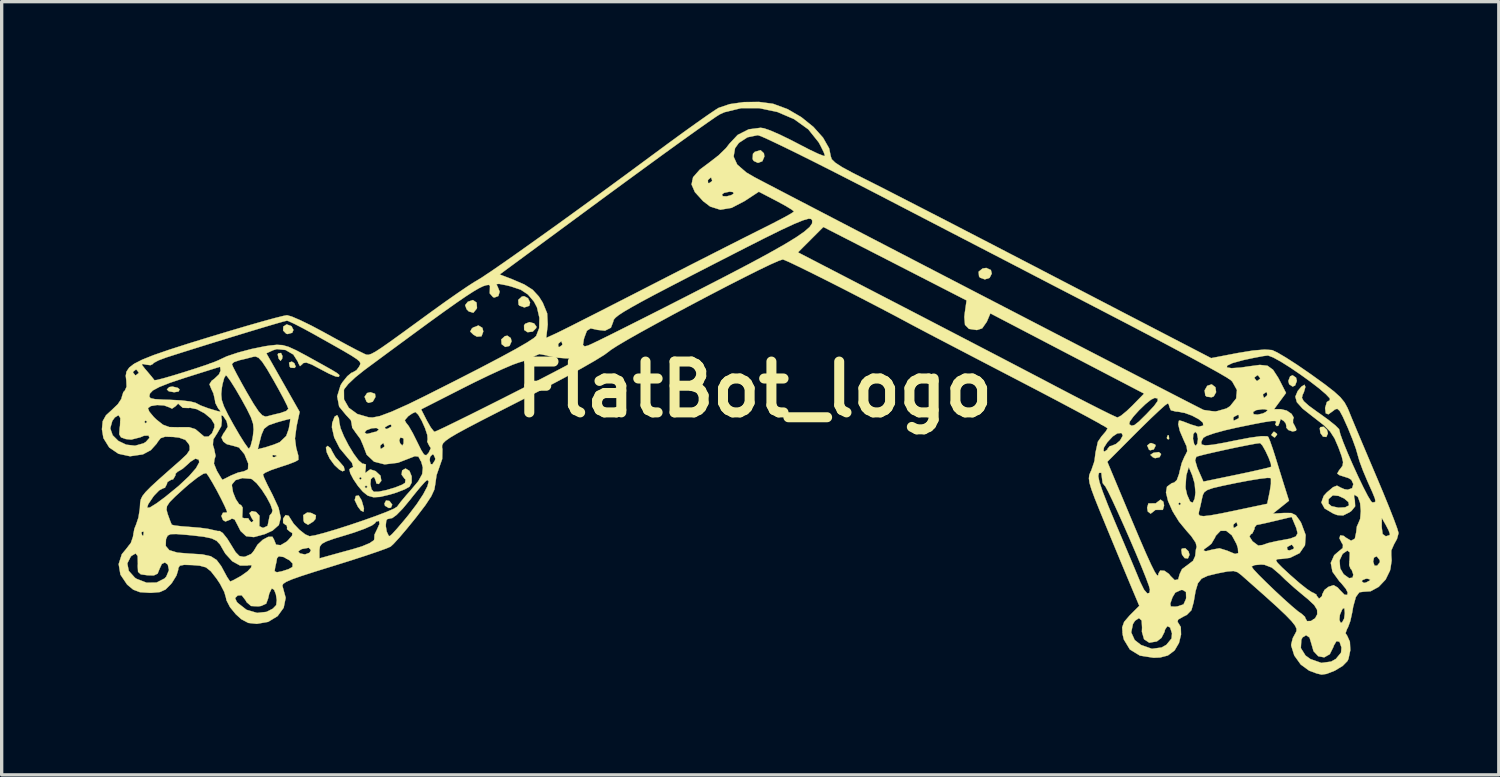
<source format=kicad_pcb>
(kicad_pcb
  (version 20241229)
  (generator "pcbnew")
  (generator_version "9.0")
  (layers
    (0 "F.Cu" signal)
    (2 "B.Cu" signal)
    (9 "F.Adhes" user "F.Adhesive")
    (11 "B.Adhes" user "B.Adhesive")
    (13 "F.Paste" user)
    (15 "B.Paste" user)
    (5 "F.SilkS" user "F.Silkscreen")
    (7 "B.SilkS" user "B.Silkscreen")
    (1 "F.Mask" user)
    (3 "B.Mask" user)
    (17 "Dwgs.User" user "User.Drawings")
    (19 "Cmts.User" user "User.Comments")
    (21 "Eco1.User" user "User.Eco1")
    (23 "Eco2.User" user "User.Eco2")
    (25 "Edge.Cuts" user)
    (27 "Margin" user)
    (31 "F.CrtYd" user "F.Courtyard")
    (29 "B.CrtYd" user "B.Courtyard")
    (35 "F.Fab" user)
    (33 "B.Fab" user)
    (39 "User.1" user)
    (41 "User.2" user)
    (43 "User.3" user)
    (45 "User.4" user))
  (footprint "FlatBot_logo"
    (layer "F.Cu")
    (at 19.563 8.621)
    (property "Reference" "FlatBot_logo" (at 0 0 0) (layer "F.SilkS") (effects (font (size 1.524 1.524) (thickness 0.3))))
    (attr through_hole)
    (fp_poly (pts (xy 12.418 1.383) (xy 12.428 1.483) (xy 12.418 1.496) (xy 12.367 1.484) (xy 12.361 1.439) (xy 12.392 1.37) (xy 12.418 1.383)) (stroke (width 0.01) (type solid)) (fill yes) (layer "F.SilkS"))
    (fp_poly (pts (xy -14.147 -0.998) (xy -14.157 -0.92) (xy -14.204 -0.856) (xy -14.259 -0.92) (xy -14.29 -1.045) (xy -14.275 -1.078) (xy -14.191 -1.092) (xy -14.147 -0.998)) (stroke (width 0.01) (type solid)) (fill yes) (layer "F.SilkS"))
    (fp_poly (pts (xy -13.792 -0.787) (xy -13.75 -0.681) (xy -13.787 -0.643) (xy -13.902 -0.651) (xy -13.93 -0.682) (xy -13.95 -0.802) (xy -13.868 -0.834) (xy -13.792 -0.787)) (stroke (width 0.01) (type solid)) (fill yes) (layer "F.SilkS"))
    (fp_poly (pts (xy -10.94 3.344) (xy -10.857 3.455) (xy -10.894 3.542) (xy -10.957 3.556) (xy -11.074 3.488) (xy -11.091 3.422) (xy -11.042 3.329) (xy -10.94 3.344)) (stroke (width 0.01) (type solid)) (fill yes) (layer "F.SilkS"))
    (fp_poly (pts (xy -17.284 -0.046) (xy -17.23 0) (xy -17.26 0.063) (xy -17.394 0.085) (xy -17.555 0.056) (xy -17.611 0) (xy -17.54 -0.069) (xy -17.446 -0.085) (xy -17.284 -0.046)) (stroke (width 0.01) (type solid)) (fill yes) (layer "F.SilkS"))
    (fp_poly (pts (xy -11.373 0.132) (xy -11.36 0.226) (xy -11.441 0.369) (xy -11.566 0.404) (xy -11.626 0.369) (xy -11.686 0.223) (xy -11.61 0.109) (xy -11.508 0.085) (xy -11.373 0.132)) (stroke (width 0.01) (type solid)) (fill yes) (layer "F.SilkS"))
    (fp_poly (pts (xy -7.304 -1.538) (xy -7.281 -1.439) (xy -7.342 -1.303) (xy -7.47 -1.273) (xy -7.578 -1.355) (xy -7.589 -1.497) (xy -7.479 -1.596) (xy -7.403 -1.609) (xy -7.304 -1.538)) (stroke (width 0.01) (type solid)) (fill yes) (layer "F.SilkS"))
    (fp_poly (pts (xy 12.008 1.652) (xy 12.023 1.688) (xy 11.967 1.799) (xy 11.858 1.825) (xy 11.823 1.804) (xy 11.771 1.681) (xy 11.862 1.611) (xy 11.896 1.609) (xy 12.008 1.652)) (stroke (width 0.01) (type solid)) (fill yes) (layer "F.SilkS"))
    (fp_poly (pts (xy 12.188 1.938) (xy 12.143 2.03) (xy 12.007 2.062) (xy 11.94 2.033) (xy 11.865 1.963) (xy 11.946 1.907) (xy 11.965 1.899) (xy 12.121 1.879) (xy 12.188 1.938)) (stroke (width 0.01) (type solid)) (fill yes) (layer "F.SilkS"))
    (fp_poly (pts (xy 13.009 4.853) (xy 13.039 4.958) (xy 12.991 5.067) (xy 12.892 5.056) (xy 12.814 4.949) (xy 12.794 4.811) (xy 12.811 4.772) (xy 12.912 4.761) (xy 13.009 4.853)) (stroke (width 0.01) (type solid)) (fill yes) (layer "F.SilkS"))
    (fp_poly (pts (xy 15.661 1.334) (xy 15.663 1.355) (xy 15.599 1.437) (xy 15.579 1.439) (xy 15.496 1.375) (xy 15.494 1.355) (xy 15.558 1.272) (xy 15.579 1.27) (xy 15.661 1.334)) (stroke (width 0.01) (type solid)) (fill yes) (layer "F.SilkS"))
    (fp_poly (pts (xy 16.232 -0.353) (xy 16.256 -0.254) (xy 16.203 -0.116) (xy 16.129 -0.085) (xy 16.026 -0.155) (xy 16.002 -0.254) (xy 16.055 -0.392) (xy 16.129 -0.423) (xy 16.232 -0.353)) (stroke (width 0.01) (type solid)) (fill yes) (layer "F.SilkS"))
    (fp_poly (pts (xy 17.157 1.212) (xy 17.187 1.317) (xy 17.14 1.426) (xy 17.04 1.415) (xy 16.963 1.309) (xy 16.943 1.17) (xy 16.96 1.131) (xy 17.06 1.12) (xy 17.157 1.212)) (stroke (width 0.01) (type solid)) (fill yes) (layer "F.SilkS"))
    (fp_poly (pts (xy -13.876 -1.895) (xy -13.818 -1.782) (xy -13.855 -1.697) (xy -13.992 -1.659) (xy -14.034 -1.669) (xy -14.127 -1.763) (xy -14.122 -1.883) (xy -14.025 -1.947) (xy -14.017 -1.947) (xy -13.876 -1.895)) (stroke (width 0.01) (type solid)) (fill yes) (layer "F.SilkS"))
    (fp_poly (pts (xy -13.293 3.701) (xy -13.144 3.773) (xy -13.157 3.883) (xy -13.225 3.962) (xy -13.38 4.058) (xy -13.491 3.991) (xy -13.514 3.941) (xy -13.523 3.767) (xy -13.405 3.69) (xy -13.293 3.701)) (stroke (width 0.01) (type solid)) (fill yes) (layer "F.SilkS"))
    (fp_poly (pts (xy -11.777 3.322) (xy -11.769 3.343) (xy -11.705 3.565) (xy -11.718 3.667) (xy -11.796 3.633) (xy -11.886 3.516) (xy -11.982 3.316) (xy -11.949 3.194) (xy -11.863 3.18) (xy -11.777 3.322)) (stroke (width 0.01) (type solid)) (fill yes) (layer "F.SilkS"))
    (fp_poly (pts (xy -8.33 -2.603) (xy -8.317 -2.443) (xy -8.326 -2.419) (xy -8.426 -2.297) (xy -8.563 -2.337) (xy -8.627 -2.402) (xy -8.672 -2.525) (xy -8.591 -2.627) (xy -8.439 -2.678) (xy -8.33 -2.603)) (stroke (width 0.01) (type solid)) (fill yes) (layer "F.SilkS"))
    (fp_poly (pts (xy -8.155 -1.845) (xy -8.128 -1.736) (xy -8.181 -1.592) (xy -8.319 -1.581) (xy -8.42 -1.637) (xy -8.519 -1.733) (xy -8.476 -1.818) (xy -8.436 -1.853) (xy -8.273 -1.916) (xy -8.155 -1.845)) (stroke (width 0.01) (type solid)) (fill yes) (layer "F.SilkS"))
    (fp_poly (pts (xy -6.787 -2.732) (xy -6.725 -2.603) (xy -6.751 -2.506) (xy -6.896 -2.457) (xy -7.045 -2.51) (xy -7.07 -2.54) (xy -7.08 -2.682) (xy -6.972 -2.782) (xy -6.904 -2.794) (xy -6.787 -2.732)) (stroke (width 0.01) (type solid)) (fill yes) (layer "F.SilkS"))
    (fp_poly (pts (xy -6.605 -1.978) (xy -6.535 -1.882) (xy -6.54 -1.841) (xy -6.645 -1.733) (xy -6.8 -1.714) (xy -6.902 -1.781) (xy -6.906 -1.918) (xy -6.873 -1.966) (xy -6.743 -2.016) (xy -6.605 -1.978)) (stroke (width 0.01) (type solid)) (fill yes) (layer "F.SilkS"))
    (fp_poly (pts (xy 0.283 -7.076) (xy 0.296 -6.979) (xy 0.236 -6.838) (xy 0.105 -6.789) (xy -0.023 -6.848) (xy -0.055 -6.903) (xy -0.045 -7.062) (xy 0.009 -7.119) (xy 0.183 -7.17) (xy 0.283 -7.076)) (stroke (width 0.01) (type solid)) (fill yes) (layer "F.SilkS"))
    (fp_poly (pts (xy 7.086 -3.578) (xy 7.112 -3.471) (xy 7.047 -3.343) (xy 6.904 -3.297) (xy 6.761 -3.349) (xy 6.731 -3.387) (xy 6.718 -3.527) (xy 6.836 -3.623) (xy 6.948 -3.641) (xy 7.086 -3.578)) (stroke (width 0.01) (type solid)) (fill yes) (layer "F.SilkS"))
    (fp_poly (pts (xy 13.816 -0.064) (xy 13.836 0.084) (xy 13.765 0.209) (xy 13.703 0.236) (xy 13.555 0.218) (xy 13.512 0.182) (xy 13.492 0.029) (xy 13.571 -0.108) (xy 13.705 -0.151) (xy 13.816 -0.064)) (stroke (width 0.01) (type solid)) (fill yes) (layer "F.SilkS"))
    (fp_poly (pts (xy -12.704 1.763) (xy -12.661 1.852) (xy -12.56 2.03) (xy -12.444 2.161) (xy -12.308 2.318) (xy -12.283 2.426) (xy -12.347 2.455) (xy -12.448 2.399) (xy -12.591 2.265) (xy -12.729 2.077) (xy -12.819 1.887) (xy -12.844 1.743) (xy -12.796 1.693) (xy -12.704 1.763)) (stroke (width 0.01) (type solid)) (fill yes) (layer "F.SilkS"))
    (fp_poly (pts (xy 12.256 3.367) (xy 12.277 3.48) (xy 12.239 3.611) (xy 12.152 3.611) (xy 12.016 3.612) (xy 11.978 3.644) (xy 11.873 3.725) (xy 11.789 3.661) (xy 11.769 3.547) (xy 11.807 3.417) (xy 11.893 3.416) (xy 12.029 3.415) (xy 12.067 3.383) (xy 12.172 3.303) (xy 12.256 3.367)) (stroke (width 0.01) (type solid)) (fill yes) (layer "F.SilkS"))
    (fp_poly (pts (xy -12.454 0.872) (xy -12.446 0.977) (xy -12.407 1.16) (xy -12.305 1.407) (xy -12.165 1.678) (xy -12.01 1.932) (xy -11.864 2.129) (xy -11.75 2.227) (xy -11.719 2.229) (xy -11.646 2.25) (xy -11.655 2.385) (xy -11.671 2.508) (xy -11.626 2.48) (xy -11.617 2.468) (xy -11.516 2.397) (xy -11.359 2.448) (xy -11.356 2.45) (xy -11.209 2.586) (xy -11.184 2.74) (xy -11.261 2.836) (xy -11.333 2.817) (xy -11.345 2.757) (xy -11.39 2.641) (xy -11.43 2.625) (xy -11.497 2.692) (xy -11.512 2.84) (xy -11.478 2.993) (xy -11.41 3.069) (xy -11.264 3.066) (xy -11.03 3.017) (xy -10.773 2.941) (xy -10.561 2.857) (xy -10.473 2.802) (xy -10.459 2.701) (xy -10.491 2.672) (xy -10.576 2.555) (xy -10.56 2.428) (xy -10.458 2.371) (xy -10.341 2.442) (xy -10.275 2.606) (xy -10.275 2.793) (xy -10.34 2.916) (xy -10.483 2.996) (xy -10.728 3.091) (xy -10.928 3.152) (xy -11.223 3.222) (xy -11.418 3.233) (xy -11.573 3.189) (xy -11.606 3.172) (xy -11.74 3.063) (xy -11.861 2.921) (xy -11.684 2.921) (xy -11.642 2.963) (xy -11.599 2.921) (xy -11.642 2.879) (xy -11.684 2.921) (xy -11.861 2.921) (xy -11.887 2.89) (xy -12.021 2.692) (xy -12.034 2.667) (xy -11.853 2.667) (xy -11.811 2.709) (xy -11.769 2.667) (xy -11.811 2.625) (xy -11.853 2.667) (xy -12.034 2.667) (xy -12.115 2.514) (xy -12.142 2.395) (xy -12.113 2.371) (xy -12.028 2.322) (xy -12.066 2.197) (xy -12.197 2.045) (xy -12.431 1.764) (xy -12.595 1.442) (xy -12.665 1.138) (xy -12.656 1.007) (xy -12.585 0.818) (xy -12.507 0.771) (xy -12.454 0.872)) (stroke (width 0.01) (type solid)) (fill yes) (layer "F.SilkS"))
    (fp_poly (pts (xy 0.546 -8.562) (xy 0.567 -8.557) (xy 0.992 -8.4) (xy 1.402 -8.161) (xy 1.767 -7.867) (xy 2.055 -7.545) (xy 2.238 -7.224) (xy 2.286 -6.988) (xy 2.316 -6.898) (xy 2.422 -6.795) (xy 2.623 -6.663) (xy 2.942 -6.49) (xy 3.281 -6.319) (xy 3.571 -6.173) (xy 3.99 -5.96) (xy 4.516 -5.69) (xy 5.127 -5.376) (xy 5.802 -5.029) (xy 6.518 -4.658) (xy 7.255 -4.277) (xy 7.62 -4.087) (xy 8.378 -3.694) (xy 9.141 -3.297) (xy 9.887 -2.91) (xy 10.589 -2.545) (xy 11.224 -2.215) (xy 11.768 -1.933) (xy 12.195 -1.711) (xy 12.326 -1.643) (xy 13.687 -0.937) (xy 14.485 -1.09) (xy 14.937 -1.164) (xy 15.291 -1.194) (xy 15.514 -1.178) (xy 15.517 -1.177) (xy 15.671 -1.105) (xy 15.929 -0.953) (xy 16.257 -0.742) (xy 16.621 -0.492) (xy 16.702 -0.435) (xy 17.094 -0.152) (xy 17.37 0.062) (xy 17.559 0.234) (xy 17.684 0.388) (xy 17.773 0.551) (xy 17.815 0.65) (xy 17.899 0.856) (xy 18.037 1.186) (xy 18.214 1.607) (xy 18.417 2.086) (xy 18.632 2.593) (xy 18.641 2.613) (xy 18.844 3.097) (xy 19.022 3.533) (xy 19.165 3.897) (xy 19.262 4.161) (xy 19.303 4.3) (xy 19.304 4.309) (xy 19.257 4.482) (xy 19.169 4.642) (xy 19.086 4.829) (xy 19.086 4.966) (xy 19.097 5.129) (xy 19.062 5.367) (xy 19.047 5.432) (xy 18.916 5.7) (xy 18.708 5.919) (xy 18.468 6.05) (xy 18.266 6.063) (xy 18.129 6.081) (xy 18.025 6.222) (xy 17.946 6.506) (xy 17.915 6.684) (xy 17.859 6.941) (xy 17.788 7.134) (xy 17.763 7.175) (xy 17.715 7.307) (xy 17.767 7.387) (xy 17.846 7.564) (xy 17.858 7.819) (xy 17.803 8.076) (xy 17.773 8.141) (xy 17.63 8.287) (xy 17.396 8.429) (xy 17.146 8.527) (xy 17 8.548) (xy 16.852 8.514) (xy 16.639 8.435) (xy 16.621 8.427) (xy 16.373 8.246) (xy 16.179 7.975) (xy 16.11 7.753) (xy 16.376 7.753) (xy 16.515 7.976) (xy 16.664 8.083) (xy 16.992 8.198) (xy 17.284 8.158) (xy 17.427 8.077) (xy 17.581 7.889) (xy 17.594 7.736) (xy 17.535 7.564) (xy 17.444 7.544) (xy 17.363 7.681) (xy 17.355 7.713) (xy 17.243 7.937) (xy 17.076 8.031) (xy 16.899 7.998) (xy 16.756 7.846) (xy 16.695 7.633) (xy 16.636 7.438) (xy 16.533 7.367) (xy 16.426 7.434) (xy 16.39 7.505) (xy 16.376 7.753) (xy 16.11 7.753) (xy 16.088 7.684) (xy 16.087 7.643) (xy 16.134 7.455) (xy 16.212 7.31) (xy 16.245 7.245) (xy 16.246 7.172) (xy 16.201 7.077) (xy 16.098 6.946) (xy 15.924 6.766) (xy 15.666 6.522) (xy 15.312 6.202) (xy 14.848 5.791) (xy 14.59 5.563) (xy 14.477 5.478) (xy 14.357 5.443) (xy 14.179 5.456) (xy 13.89 5.512) (xy 13.872 5.516) (xy 13.585 5.586) (xy 13.402 5.671) (xy 13.291 5.81) (xy 13.221 6.041) (xy 13.163 6.377) (xy 13.096 6.618) (xy 12.959 6.758) (xy 12.854 6.81) (xy 12.696 6.901) (xy 12.681 6.972) (xy 12.689 6.978) (xy 12.777 7.121) (xy 12.785 7.348) (xy 12.723 7.599) (xy 12.598 7.813) (xy 12.577 7.836) (xy 12.39 7.975) (xy 12.158 8.035) (xy 11.963 8.043) (xy 11.553 7.979) (xy 11.252 7.795) (xy 11.072 7.498) (xy 11.036 7.349) (xy 11.031 7.282) (xy 11.291 7.282) (xy 11.396 7.512) (xy 11.584 7.659) (xy 11.912 7.775) (xy 12.204 7.735) (xy 12.347 7.654) (xy 12.501 7.465) (xy 12.514 7.313) (xy 12.457 7.136) (xy 12.374 7.096) (xy 12.304 7.202) (xy 12.291 7.265) (xy 12.198 7.447) (xy 12.061 7.553) (xy 11.833 7.592) (xy 11.677 7.489) (xy 11.612 7.263) (xy 11.617 7.138) (xy 11.605 6.927) (xy 11.524 6.855) (xy 11.405 6.935) (xy 11.344 7.031) (xy 11.291 7.282) (xy 11.031 7.282) (xy 11.021 7.133) (xy 11.08 6.968) (xy 11.241 6.78) (xy 11.26 6.761) (xy 11.534 6.487) (xy 11.508 6.425) (xy 12.461 6.425) (xy 12.479 6.506) (xy 12.604 6.512) (xy 12.679 6.504) (xy 12.86 6.443) (xy 12.933 6.283) (xy 12.938 6.244) (xy 12.933 6.073) (xy 12.842 6.014) (xy 12.788 6.011) (xy 12.613 6.09) (xy 12.529 6.229) (xy 12.461 6.425) (xy 11.508 6.425) (xy 11.353 6.058) (xy 11.262 5.841) (xy 11.12 5.501) (xy 10.942 5.074) (xy 10.743 4.594) (xy 10.565 4.163) (xy 10.354 3.65) (xy 10.201 3.269) (xy 10.099 2.994) (xy 10.042 2.802) (xy 10.024 2.667) (xy 10.032 2.599) (xy 10.303 2.599) (xy 10.339 2.776) (xy 10.435 3.06) (xy 10.594 3.468) (xy 10.813 3.993) (xy 11.017 4.474) (xy 11.21 4.931) (xy 11.377 5.328) (xy 11.503 5.63) (xy 11.562 5.772) (xy 11.676 6.003) (xy 11.774 6.116) (xy 11.839 6.098) (xy 11.853 5.999) (xy 11.821 5.882) (xy 11.733 5.645) (xy 11.602 5.319) (xy 11.44 4.93) (xy 11.259 4.509) (xy 11.072 4.083) (xy 10.892 3.682) (xy 10.731 3.333) (xy 10.602 3.066) (xy 10.517 2.908) (xy 10.491 2.879) (xy 10.435 2.806) (xy 10.414 2.65) (xy 10.396 2.5) (xy 10.336 2.5) (xy 10.32 2.516) (xy 10.303 2.599) (xy 10.032 2.599) (xy 10.036 2.564) (xy 10.074 2.47) (xy 10.095 2.428) (xy 10.184 2.169) (xy 10.576 2.169) (xy 11.265 3.815) (xy 11.528 4.438) (xy 11.734 4.914) (xy 11.889 5.254) (xy 11.998 5.47) (xy 12.067 5.573) (xy 12.101 5.573) (xy 12.107 5.52) (xy 12.162 5.429) (xy 12.287 5.436) (xy 12.424 5.532) (xy 12.466 5.588) (xy 12.595 5.716) (xy 12.7 5.695) (xy 12.742 5.54) (xy 12.815 5.386) (xy 12.914 5.313) (xy 14.901 5.313) (xy 14.959 5.395) (xy 15.114 5.561) (xy 15.337 5.782) (xy 15.595 6.03) (xy 15.861 6.277) (xy 16.104 6.494) (xy 16.293 6.653) (xy 16.398 6.725) (xy 16.5 6.817) (xy 16.51 6.855) (xy 16.563 6.945) (xy 16.68 6.941) (xy 16.729 6.909) (xy 17.531 6.909) (xy 17.566 6.992) (xy 17.611 6.985) (xy 17.673 6.87) (xy 17.694 6.705) (xy 17.681 6.56) (xy 17.637 6.567) (xy 17.611 6.604) (xy 17.545 6.76) (xy 17.531 6.909) (xy 16.729 6.909) (xy 16.803 6.861) (xy 16.868 6.74) (xy 16.863 6.605) (xy 16.776 6.463) (xy 16.581 6.281) (xy 16.473 6.193) (xy 16.187 5.953) (xy 15.906 5.7) (xy 15.751 5.548) (xy 15.509 5.342) (xy 15.284 5.256) (xy 15.181 5.249) (xy 14.992 5.266) (xy 14.902 5.307) (xy 14.901 5.313) (xy 12.914 5.313) (xy 12.975 5.267) (xy 13.144 5.138) (xy 13.208 4.998) (xy 13.228 4.828) (xy 13.462 4.828) (xy 13.53 4.85) (xy 13.693 4.809) (xy 13.7 4.806) (xy 13.936 4.762) (xy 14.176 4.836) (xy 14.187 4.842) (xy 14.403 4.931) (xy 14.499 4.907) (xy 14.489 4.758) (xy 14.484 4.741) (xy 15.96 4.741) (xy 15.979 4.814) (xy 16.039 4.826) (xy 16.155 4.782) (xy 16.171 4.741) (xy 16.111 4.659) (xy 16.092 4.657) (xy 15.977 4.718) (xy 15.96 4.741) (xy 14.484 4.741) (xy 14.449 4.635) (xy 14.327 4.407) (xy 14.834 4.407) (xy 14.921 4.543) (xy 14.933 4.557) (xy 15.098 4.68) (xy 15.229 4.664) (xy 15.395 4.606) (xy 15.648 4.548) (xy 15.748 4.53) (xy 16.058 4.472) (xy 16.225 4.408) (xy 16.278 4.313) (xy 16.242 4.161) (xy 16.213 4.091) (xy 16.1 3.822) (xy 15.606 3.94) (xy 15.333 4.004) (xy 15.128 4.048) (xy 15.05 4.061) (xy 14.992 4.132) (xy 14.986 4.184) (xy 14.923 4.316) (xy 14.88 4.341) (xy 14.834 4.407) (xy 14.327 4.407) (xy 14.309 4.373) (xy 14.139 4.238) (xy 13.968 4.239) (xy 13.828 4.385) (xy 13.8 4.447) (xy 13.694 4.626) (xy 13.59 4.71) (xy 13.478 4.789) (xy 13.462 4.828) (xy 13.228 4.828) (xy 13.232 4.795) (xy 13.254 4.72) (xy 13.224 4.594) (xy 13.091 4.397) (xy 12.956 4.245) (xy 12.807 4.064) (xy 14.351 4.064) (xy 14.358 4.142) (xy 14.388 4.149) (xy 14.475 4.087) (xy 14.478 4.064) (xy 14.449 3.982) (xy 14.441 3.979) (xy 14.368 4.039) (xy 14.351 4.064) (xy 12.807 4.064) (xy 12.724 3.963) (xy 12.587 3.741) (xy 13.313 3.741) (xy 13.352 3.787) (xy 13.462 3.799) (xy 13.668 3.776) (xy 13.992 3.717) (xy 14.457 3.621) (xy 14.478 3.616) (xy 15.367 3.429) (xy 15.443 3.067) (xy 15.479 2.836) (xy 15.479 2.682) (xy 15.469 2.656) (xy 15.371 2.652) (xy 15.142 2.679) (xy 14.817 2.732) (xy 14.443 2.803) (xy 14.028 2.889) (xy 13.749 2.954) (xy 13.578 3.013) (xy 13.484 3.078) (xy 13.439 3.162) (xy 13.416 3.257) (xy 13.365 3.493) (xy 13.323 3.662) (xy 13.313 3.741) (xy 12.587 3.741) (xy 12.531 3.65) (xy 12.433 3.429) (xy 12.7 3.429) (xy 12.742 3.471) (xy 12.785 3.429) (xy 12.742 3.387) (xy 12.7 3.429) (xy 12.433 3.429) (xy 12.396 3.345) (xy 12.334 3.088) (xy 12.359 2.946) (xy 12.918 2.946) (xy 12.966 3.156) (xy 13.056 3.36) (xy 13.136 3.397) (xy 13.195 3.271) (xy 13.217 3.089) (xy 13.193 2.821) (xy 13.124 2.582) (xy 13.017 2.328) (xy 12.941 2.582) (xy 12.918 2.946) (xy 12.359 2.946) (xy 12.364 2.918) (xy 12.369 2.912) (xy 12.509 2.81) (xy 12.576 2.794) (xy 12.659 2.719) (xy 12.728 2.529) (xy 12.741 2.463) (xy 12.806 2.206) (xy 12.841 2.125) (xy 13.207 2.125) (xy 13.272 2.347) (xy 13.303 2.419) (xy 13.455 2.764) (xy 14.454 2.557) (xy 14.843 2.475) (xy 15.167 2.402) (xy 15.392 2.348) (xy 15.486 2.319) (xy 15.486 2.319) (xy 15.478 2.229) (xy 15.413 2.052) (xy 15.319 1.85) (xy 15.224 1.682) (xy 15.156 1.609) (xy 15.154 1.609) (xy 15.024 1.626) (xy 14.777 1.672) (xy 14.457 1.736) (xy 14.105 1.811) (xy 13.764 1.887) (xy 13.479 1.953) (xy 13.291 2.003) (xy 13.243 2.02) (xy 13.207 2.125) (xy 12.841 2.125) (xy 12.894 2.002) (xy 12.91 1.978) (xy 12.971 1.853) (xy 12.952 1.708) (xy 12.861 1.508) (xy 12.85 1.482) (xy 13.143 1.482) (xy 13.179 1.641) (xy 13.226 1.693) (xy 13.276 1.621) (xy 13.281 1.576) (xy 13.39 1.576) (xy 13.403 1.652) (xy 13.514 1.678) (xy 13.739 1.659) (xy 14.1 1.595) (xy 14.361 1.541) (xy 14.853 1.447) (xy 15.187 1.402) (xy 15.367 1.405) (xy 15.4 1.425) (xy 15.453 1.55) (xy 15.534 1.781) (xy 15.606 2.006) (xy 15.717 2.365) (xy 15.833 2.739) (xy 15.889 2.917) (xy 16.021 3.336) (xy 15.779 3.53) (xy 15.536 3.724) (xy 15.87 3.704) (xy 16.088 3.705) (xy 16.225 3.771) (xy 16.348 3.94) (xy 16.387 4.006) (xy 16.52 4.364) (xy 16.5 4.671) (xy 16.339 4.907) (xy 16.049 5.049) (xy 15.79 5.082) (xy 15.674 5.088) (xy 15.631 5.118) (xy 15.673 5.193) (xy 15.813 5.336) (xy 16.065 5.569) (xy 16.087 5.588) (xy 16.346 5.814) (xy 16.566 5.988) (xy 16.712 6.083) (xy 16.743 6.093) (xy 16.841 6.149) (xy 16.849 6.181) (xy 16.913 6.263) (xy 16.933 6.265) (xy 17.009 6.197) (xy 17.018 6.141) (xy 17.085 6.01) (xy 17.203 5.918) (xy 17.358 5.867) (xy 17.481 5.939) (xy 17.534 6) (xy 17.685 6.155) (xy 17.766 6.159) (xy 17.78 6.089) (xy 17.725 5.977) (xy 17.586 5.807) (xy 17.536 5.755) (xy 18.203 5.755) (xy 18.265 5.801) (xy 18.33 5.788) (xy 18.442 5.728) (xy 18.457 5.706) (xy 18.388 5.676) (xy 18.33 5.673) (xy 18.218 5.717) (xy 18.203 5.755) (xy 17.536 5.755) (xy 17.526 5.744) (xy 17.324 5.466) (xy 17.273 5.2) (xy 17.307 5.125) (xy 17.536 5.125) (xy 17.555 5.363) (xy 17.659 5.54) (xy 17.822 5.658) (xy 17.926 5.642) (xy 17.949 5.551) (xy 17.9 5.408) (xy 17.867 5.378) (xy 17.824 5.268) (xy 17.831 5.162) (xy 18.542 5.162) (xy 18.584 5.284) (xy 18.664 5.282) (xy 18.746 5.178) (xy 18.739 5.115) (xy 18.651 5.003) (xy 18.568 5.04) (xy 18.542 5.162) (xy 17.831 5.162) (xy 17.836 5.077) (xy 17.843 4.883) (xy 17.769 4.831) (xy 17.628 4.928) (xy 17.536 5.125) (xy 17.307 5.125) (xy 17.375 4.971) (xy 17.489 4.872) (xy 17.632 4.754) (xy 17.638 4.654) (xy 17.608 4.612) (xy 17.532 4.462) (xy 17.559 4.374) (xy 17.661 4.391) (xy 17.72 4.439) (xy 17.881 4.535) (xy 17.994 4.475) (xy 18.034 4.285) (xy 18.053 4.128) (xy 18.799 4.128) (xy 18.828 4.337) (xy 18.923 4.403) (xy 19.034 4.368) (xy 19.047 4.339) (xy 19.007 4.226) (xy 18.923 4.064) (xy 18.802 3.852) (xy 18.799 4.128) (xy 18.053 4.128) (xy 18.055 4.11) (xy 18.088 4.038) (xy 18.153 3.883) (xy 18.174 3.646) (xy 18.152 3.404) (xy 18.089 3.232) (xy 18.07 3.212) (xy 17.981 3.155) (xy 17.971 3.221) (xy 17.994 3.323) (xy 18.003 3.505) (xy 17.892 3.642) (xy 17.829 3.686) (xy 17.644 3.778) (xy 17.469 3.767) (xy 17.353 3.724) (xy 17.088 3.568) (xy 17.009 3.424) (xy 17.206 3.424) (xy 17.293 3.5) (xy 17.501 3.545) (xy 17.703 3.535) (xy 17.82 3.475) (xy 17.8 3.375) (xy 17.675 3.269) (xy 17.504 3.191) (xy 17.347 3.176) (xy 17.326 3.182) (xy 17.206 3.289) (xy 17.206 3.424) (xy 17.009 3.424) (xy 16.99 3.39) (xy 17.061 3.192) (xy 17.154 3.089) (xy 17.342 2.931) (xy 17.46 2.885) (xy 17.552 2.933) (xy 17.556 2.937) (xy 17.681 2.991) (xy 17.782 3.007) (xy 17.913 2.96) (xy 17.95 2.838) (xy 17.89 2.709) (xy 17.801 2.656) (xy 17.606 2.594) (xy 17.536 2.572) (xy 17.467 2.523) (xy 17.524 2.421) (xy 17.555 2.385) (xy 17.626 2.288) (xy 17.642 2.179) (xy 17.601 2.007) (xy 17.503 1.738) (xy 17.387 1.469) (xy 17.254 1.263) (xy 17.061 1.07) (xy 16.769 0.842) (xy 16.741 0.821) (xy 16.43 0.576) (xy 16.257 0.384) (xy 16.211 0.218) (xy 16.281 0.05) (xy 16.392 -0.082) (xy 16.486 -0.14) (xy 16.512 -0.074) (xy 16.467 0.083) (xy 16.429 0.163) (xy 16.408 0.253) (xy 16.462 0.353) (xy 16.612 0.488) (xy 16.88 0.683) (xy 16.937 0.722) (xy 17.205 0.916) (xy 17.41 1.08) (xy 17.517 1.187) (xy 17.526 1.206) (xy 17.559 1.343) (xy 17.648 1.587) (xy 17.777 1.902) (xy 17.93 2.254) (xy 18.093 2.61) (xy 18.249 2.934) (xy 18.383 3.193) (xy 18.48 3.353) (xy 18.516 3.387) (xy 18.584 3.383) (xy 18.612 3.353) (xy 18.594 3.264) (xy 18.522 3.086) (xy 18.388 2.787) (xy 18.373 2.753) (xy 18.24 2.438) (xy 18.135 2.155) (xy 18.079 1.963) (xy 18.079 1.961) (xy 18.026 1.776) (xy 17.923 1.492) (xy 17.791 1.168) (xy 17.77 1.12) (xy 17.633 0.816) (xy 17.54 0.644) (xy 17.468 0.581) (xy 17.399 0.6) (xy 17.359 0.633) (xy 17.201 0.747) (xy 17.123 0.717) (xy 17.103 0.557) (xy 17.156 0.378) (xy 17.245 0.324) (xy 17.245 0.269) (xy 17.128 0.145) (xy 16.924 -0.03) (xy 16.659 -0.234) (xy 16.361 -0.449) (xy 16.058 -0.655) (xy 15.778 -0.831) (xy 15.549 -0.957) (xy 15.397 -1.015) (xy 15.38 -1.016) (xy 15.243 -0.998) (xy 14.992 -0.951) (xy 14.68 -0.885) (xy 14.647 -0.877) (xy 14.326 -0.789) (xy 14.166 -0.713) (xy 14.16 -0.659) (xy 14.298 -0.636) (xy 14.574 -0.654) (xy 14.807 -0.689) (xy 15.147 -0.734) (xy 15.376 -0.709) (xy 15.542 -0.589) (xy 15.698 -0.349) (xy 15.762 -0.227) (xy 15.932 0.107) (xy 15.753 0.35) (xy 15.574 0.593) (xy 15.777 0.593) (xy 15.953 0.635) (xy 16.098 0.734) (xy 16.163 0.847) (xy 16.142 0.904) (xy 16.142 1.004) (xy 16.184 1.074) (xy 16.242 1.196) (xy 16.229 1.24) (xy 16.128 1.261) (xy 16.004 1.218) (xy 15.94 1.146) (xy 15.945 1.122) (xy 15.925 1.02) (xy 15.866 0.949) (xy 15.772 0.886) (xy 15.748 0.96) (xy 15.748 0.97) (xy 15.701 1.085) (xy 15.658 1.101) (xy 15.608 1.049) (xy 15.621 1.016) (xy 15.639 0.969) (xy 15.604 0.945) (xy 15.494 0.948) (xy 15.287 0.979) (xy 14.96 1.041) (xy 14.49 1.137) (xy 14.489 1.137) (xy 14.102 1.225) (xy 13.776 1.315) (xy 13.547 1.395) (xy 13.453 1.451) (xy 13.39 1.576) (xy 13.281 1.576) (xy 13.293 1.482) (xy 13.264 1.323) (xy 13.209 1.27) (xy 13.152 1.342) (xy 13.143 1.482) (xy 12.85 1.482) (xy 12.75 1.248) (xy 12.701 1.045) (xy 12.722 0.939) (xy 12.745 0.931) (xy 12.846 0.961) (xy 13.035 1.034) (xy 13.075 1.05) (xy 13.307 1.12) (xy 13.442 1.086) (xy 13.451 1.078) (xy 13.44 0.995) (xy 13.312 0.89) (xy 13.231 0.847) (xy 14.351 0.847) (xy 14.355 0.925) (xy 14.383 0.931) (xy 14.503 0.87) (xy 14.52 0.847) (xy 14.516 0.769) (xy 14.488 0.762) (xy 14.368 0.824) (xy 14.351 0.847) (xy 13.231 0.847) (xy 13.112 0.784) (xy 12.884 0.701) (xy 12.748 0.677) (xy 14.944 0.677) (xy 14.959 0.743) (xy 15.076 0.757) (xy 15.235 0.722) (xy 15.325 0.677) (xy 15.383 0.618) (xy 15.295 0.596) (xy 15.224 0.594) (xy 15.036 0.621) (xy 14.944 0.677) (xy 12.748 0.677) (xy 12.675 0.665) (xy 12.636 0.665) (xy 12.481 0.626) (xy 12.446 0.549) (xy 12.411 0.437) (xy 12.381 0.423) (xy 12.301 0.48) (xy 12.126 0.637) (xy 11.877 0.872) (xy 11.579 1.164) (xy 11.446 1.296) (xy 10.576 2.169) (xy 10.184 2.169) (xy 10.189 2.156) (xy 10.223 1.883) (xy 10.232 1.846) (xy 10.46 1.846) (xy 10.496 1.863) (xy 10.58 1.8) (xy 10.583 1.778) (xy 10.651 1.701) (xy 10.697 1.693) (xy 10.837 1.635) (xy 10.957 1.532) (xy 11.04 1.385) (xy 11 1.306) (xy 10.875 1.319) (xy 10.739 1.409) (xy 10.574 1.586) (xy 10.473 1.745) (xy 10.46 1.846) (xy 10.232 1.846) (xy 10.293 1.568) (xy 10.4 1.412) (xy 10.528 1.262) (xy 10.583 1.169) (xy 10.583 1.167) (xy 10.511 1.118) (xy 10.377 1.042) (xy 11.231 1.042) (xy 11.302 1.089) (xy 11.388 1.069) (xy 11.523 0.963) (xy 11.738 0.751) (xy 11.751 0.738) (xy 11.978 0.496) (xy 12.085 0.347) (xy 12.084 0.272) (xy 11.998 0.254) (xy 11.884 0.308) (xy 11.715 0.444) (xy 11.527 0.625) (xy 11.36 0.81) (xy 11.249 0.963) (xy 11.231 1.042) (xy 10.377 1.042) (xy 10.305 1.001) (xy 9.982 0.824) (xy 9.558 0.597) (xy 9.052 0.328) (xy 8.479 0.027) (xy 7.882 -0.284) (xy 7.238 -0.619) (xy 6.623 -0.939) (xy 6.058 -1.234) (xy 5.563 -1.492) (xy 5.16 -1.703) (xy 4.87 -1.856) (xy 4.728 -1.931) (xy 4.252 -2.186) (xy 3.736 -2.457) (xy 3.202 -2.734) (xy 2.674 -3.006) (xy 2.173 -3.26) (xy 1.721 -3.486) (xy 1.34 -3.673) (xy 1.054 -3.81) (xy 0.883 -3.884) (xy 0.848 -3.895) (xy 0.727 -3.855) (xy 0.48 -3.746) (xy 0.128 -3.577) (xy -0.305 -3.36) (xy -0.8 -3.108) (xy -1.333 -2.831) (xy -1.882 -2.542) (xy -2.427 -2.251) (xy -2.944 -1.97) (xy -3.413 -1.712) (xy -3.811 -1.487) (xy -4.116 -1.306) (xy -4.306 -1.183) (xy -4.351 -1.147) (xy -4.499 -1.037) (xy -4.781 -0.863) (xy -5.18 -0.634) (xy -5.678 -0.361) (xy -6.257 -0.054) (xy -6.9 0.278) (xy -7.01 0.334) (xy -7.673 0.672) (xy -8.201 0.942) (xy -8.608 1.155) (xy -8.91 1.319) (xy -9.121 1.444) (xy -9.256 1.539) (xy -9.332 1.614) (xy -9.362 1.678) (xy -9.363 1.741) (xy -9.353 1.791) (xy -9.36 2.086) (xy -9.434 2.298) (xy -9.529 2.57) (xy -9.567 2.839) (xy -9.595 3.002) (xy -9.687 3.202) (xy -9.861 3.467) (xy -10.133 3.824) (xy -10.164 3.863) (xy -10.417 4.174) (xy -10.644 4.441) (xy -10.819 4.632) (xy -10.905 4.711) (xy -11.028 4.765) (xy -11.286 4.858) (xy -11.651 4.982) (xy -12.095 5.126) (xy -12.591 5.281) (xy -12.633 5.294) (xy -13.178 5.463) (xy -13.581 5.593) (xy -13.859 5.691) (xy -14.034 5.767) (xy -14.125 5.828) (xy -14.151 5.883) (xy -14.136 5.933) (xy -14.051 6.246) (xy -14.111 6.544) (xy -14.293 6.795) (xy -14.575 6.967) (xy -14.916 7.027) (xy -15.171 6.999) (xy -15.38 6.888) (xy -15.545 6.739) (xy -15.719 6.527) (xy -15.824 6.323) (xy -15.838 6.255) (xy -15.567 6.255) (xy -15.52 6.36) (xy -15.489 6.399) (xy -15.226 6.605) (xy -14.907 6.699) (xy -14.625 6.668) (xy -14.436 6.572) (xy -14.335 6.466) (xy -14.317 6.315) (xy -14.344 6.142) (xy -14.397 6.007) (xy -14.462 5.968) (xy -14.476 5.978) (xy -14.542 6.115) (xy -14.577 6.265) (xy -14.635 6.422) (xy -14.787 6.491) (xy -14.875 6.503) (xy -15.088 6.492) (xy -15.219 6.38) (xy -15.256 6.316) (xy -15.369 6.17) (xy -15.486 6.176) (xy -15.489 6.178) (xy -15.567 6.255) (xy -15.838 6.255) (xy -15.838 6.253) (xy -15.89 6.073) (xy -16.016 5.83) (xy -16.12 5.673) (xy -16.293 5.451) (xy -16.44 5.334) (xy -16.629 5.283) (xy -16.834 5.266) (xy -17.092 5.258) (xy -17.223 5.283) (xy -17.268 5.354) (xy -17.272 5.408) (xy -17.324 5.578) (xy -17.454 5.789) (xy -17.491 5.836) (xy -17.651 5.997) (xy -17.82 6.074) (xy -18.071 6.096) (xy -18.133 6.096) (xy -18.42 6.077) (xy -18.619 6.002) (xy -18.803 5.849) (xy -19.003 5.552) (xy -19.056 5.237) (xy -19.05 5.216) (xy -18.798 5.216) (xy -18.753 5.44) (xy -18.57 5.644) (xy -18.521 5.677) (xy -18.218 5.794) (xy -17.921 5.789) (xy -17.681 5.667) (xy -17.629 5.61) (xy -17.548 5.415) (xy -17.584 5.25) (xy -17.671 5.187) (xy -17.763 5.232) (xy -17.83 5.375) (xy -17.889 5.522) (xy -18.003 5.576) (xy -18.192 5.571) (xy -18.393 5.543) (xy -18.475 5.469) (xy -18.485 5.295) (xy -18.481 5.228) (xy -18.487 4.995) (xy -18.548 4.917) (xy -18.67 4.988) (xy -18.694 5.012) (xy -18.798 5.216) (xy -19.05 5.216) (xy -18.961 4.939) (xy -18.838 4.791) (xy -18.761 4.692) (xy -17.646 4.692) (xy -17.538 4.819) (xy -17.297 4.892) (xy -16.933 4.922) (xy -16.552 4.945) (xy -16.296 5.001) (xy -16.121 5.112) (xy -15.982 5.298) (xy -15.916 5.421) (xy -15.806 5.624) (xy -15.726 5.743) (xy -15.709 5.757) (xy -15.62 5.718) (xy -15.442 5.621) (xy -15.372 5.58) (xy -15.191 5.451) (xy -15.19 5.45) (xy -14.383 5.45) (xy -14.313 5.481) (xy -14.172 5.454) (xy -13.968 5.389) (xy -13.848 5.323) (xy -13.841 5.222) (xy -13.932 5.125) (xy -14.114 5.024) (xy -14.257 5.002) (xy -14.31 5.059) (xy -14.331 5.183) (xy -14.363 5.317) (xy -14.383 5.45) (xy -15.19 5.45) (xy -15.086 5.337) (xy -15.072 5.267) (xy -15.168 5.27) (xy -15.199 5.28) (xy -15.416 5.28) (xy -15.651 5.151) (xy -15.86 4.921) (xy -15.925 4.811) (xy -16.018 4.648) (xy -16.121 4.538) (xy -16.272 4.465) (xy -16.506 4.416) (xy -16.86 4.375) (xy -17.028 4.359) (xy -17.328 4.335) (xy -17.501 4.339) (xy -17.588 4.382) (xy -17.631 4.472) (xy -17.639 4.502) (xy -17.646 4.692) (xy -18.761 4.692) (xy -18.691 4.602) (xy -18.627 4.415) (xy -18.627 4.409) (xy -18.611 4.318) (xy -18.373 4.318) (xy -18.342 4.388) (xy -18.316 4.374) (xy -18.306 4.274) (xy -18.316 4.262) (xy -18.367 4.273) (xy -18.373 4.318) (xy -18.611 4.318) (xy -18.586 4.18) (xy -18.531 4.043) (xy -18.464 3.841) (xy -18.422 3.574) (xy -18.42 3.548) (xy -18.205 3.548) (xy -18.12 3.539) (xy -17.916 3.412) (xy -17.661 3.223) (xy -17.261 2.896) (xy -16.949 2.603) (xy -16.738 2.361) (xy -16.642 2.186) (xy -16.656 2.106) (xy -16.758 2.075) (xy -16.906 2.169) (xy -16.973 2.233) (xy -17.139 2.379) (xy -17.262 2.453) (xy -17.276 2.455) (xy -17.348 2.524) (xy -17.357 2.582) (xy -17.424 2.695) (xy -17.484 2.709) (xy -17.596 2.777) (xy -17.611 2.836) (xy -17.67 2.949) (xy -17.722 2.963) (xy -17.842 3.026) (xy -17.992 3.181) (xy -18.018 3.214) (xy -18.17 3.44) (xy -18.205 3.548) (xy -18.42 3.548) (xy -18.419 3.525) (xy -18.412 3.402) (xy -18.393 3.3) (xy -18.345 3.198) (xy -18.25 3.078) (xy -18.092 2.918) (xy -17.854 2.699) (xy -17.518 2.401) (xy -17.218 2.138) (xy -17.017 1.949) (xy -16.929 1.818) (xy -16.93 1.701) (xy -16.943 1.666) (xy -16.232 1.666) (xy -16.196 1.782) (xy -16.152 1.994) (xy -16.185 2.096) (xy -16.201 2.224) (xy -16.114 2.438) (xy -16.112 2.442) (xy -16.009 2.616) (xy -15.952 2.706) (xy -15.948 2.709) (xy -15.874 2.675) (xy -15.709 2.591) (xy -15.694 2.583) (xy -15.477 2.493) (xy -15.303 2.456) (xy -15.18 2.396) (xy -15.173 2.221) (xy -15.272 1.976) (xy -14.45 1.976) (xy -14.438 2.026) (xy -14.393 2.032) (xy -14.324 2.001) (xy -14.337 1.976) (xy -14.437 1.965) (xy -14.45 1.976) (xy -15.272 1.976) (xy -15.285 1.943) (xy -15.408 1.793) (xy -14.887 1.793) (xy -14.661 1.737) (xy -14.4 1.653) (xy -14.227 1.581) (xy -14.035 1.397) (xy -13.959 1.186) (xy -13.923 0.99) (xy -13.912 0.887) (xy -13.913 0.883) (xy -13.995 0.9) (xy -14.187 0.952) (xy -14.32 0.99) (xy -14.564 1.075) (xy -14.698 1.18) (xy -14.775 1.356) (xy -14.8 1.449) (xy -14.887 1.793) (xy -15.408 1.793) (xy -15.45 1.741) (xy -15.613 1.693) (xy -15.815 1.642) (xy -15.919 1.565) (xy -15.977 1.441) (xy -15.909 1.309) (xy -15.88 1.275) (xy -15.784 1.117) (xy -15.821 0.953) (xy -15.829 0.938) (xy -15.928 0.792) (xy -15.983 0.778) (xy -15.97 0.899) (xy -15.964 0.918) (xy -15.982 1.103) (xy -16.1 1.31) (xy -16.221 1.5) (xy -16.232 1.666) (xy -16.943 1.666) (xy -16.953 1.642) (xy -17.056 1.513) (xy -17.246 1.445) (xy -17.417 1.425) (xy -17.661 1.417) (xy -17.799 1.462) (xy -17.893 1.583) (xy -17.914 1.622) (xy -18.093 1.821) (xy -18.329 1.947) (xy -18.715 2.004) (xy -19.062 1.929) (xy -19.339 1.741) (xy -19.513 1.46) (xy -19.558 1.193) (xy -19.555 1.167) (xy -19.309 1.167) (xy -19.236 1.375) (xy -19.065 1.545) (xy -18.83 1.657) (xy -18.566 1.688) (xy -18.309 1.616) (xy -18.241 1.573) (xy -18.133 1.453) (xy -18.161 1.383) (xy -18.294 1.388) (xy -18.409 1.436) (xy -18.678 1.504) (xy -18.842 1.488) (xy -18.985 1.438) (xy -19.039 1.347) (xy -19.027 1.161) (xy -19.016 1.089) (xy -19.011 0.974) (xy -18.288 0.974) (xy -18.246 1.016) (xy -18.203 0.974) (xy -18.246 0.931) (xy -18.288 0.974) (xy -19.011 0.974) (xy -19.006 0.859) (xy -19.062 0.773) (xy -19.171 0.84) (xy -19.247 0.944) (xy -19.309 1.167) (xy -19.555 1.167) (xy -19.534 0.952) (xy -19.436 0.776) (xy -19.262 0.617) (xy -19.206 0.563) (xy -18.179 0.563) (xy -18.139 0.665) (xy -18.005 0.826) (xy -17.927 0.902) (xy -17.727 1.06) (xy -17.537 1.129) (xy -17.276 1.135) (xy -17.229 1.132) (xy -16.941 1.134) (xy -16.757 1.191) (xy -16.658 1.274) (xy -16.492 1.415) (xy -16.363 1.413) (xy -16.259 1.316) (xy -16.186 1.136) (xy -16.186 1.044) (xy -16.285 0.88) (xy -16.482 0.716) (xy -16.713 0.593) (xy -16.916 0.551) (xy -16.958 0.558) (xy -17.132 0.552) (xy -17.198 0.496) (xy -17.274 0.425) (xy -17.35 0.503) (xy -17.457 0.577) (xy -17.541 0.537) (xy -17.697 0.48) (xy -17.905 0.468) (xy -18.092 0.499) (xy -18.179 0.563) (xy -19.206 0.563) (xy -19.081 0.443) (xy -18.976 0.284) (xy -18.965 0.238) (xy -18.958 0.214) (xy -18.139 0.214) (xy -18.099 0.264) (xy -17.968 0.292) (xy -17.716 0.307) (xy -17.509 0.313) (xy -17.179 0.33) (xy -16.91 0.362) (xy -16.752 0.402) (xy -16.736 0.411) (xy -16.599 0.482) (xy -16.368 0.568) (xy -16.116 0.644) (xy -16.006 0.67) (xy -16.021 0.629) (xy -16.07 0.576) (xy -16.159 0.406) (xy -16.171 0.321) (xy -16.21 0.145) (xy -15.983 0.145) (xy -15.967 0.314) (xy -15.903 0.505) (xy -15.776 0.763) (xy -15.615 1.056) (xy -15.437 1.363) (xy -15.285 1.605) (xy -15.181 1.751) (xy -15.15 1.778) (xy -15.103 1.703) (xy -15.053 1.512) (xy -15.032 1.393) (xy -15.012 1.201) (xy -15.027 1.031) (xy -15.09 0.841) (xy -15.215 0.586) (xy -15.376 0.293) (xy -15.554 -0.013) (xy -15.706 -0.254) (xy -15.811 -0.397) (xy -15.843 -0.423) (xy -15.892 -0.348) (xy -15.944 -0.158) (xy -15.964 -0.045) (xy -15.983 0.145) (xy -16.21 0.145) (xy -16.214 0.126) (xy -16.277 -0.009) (xy -16.335 -0.153) (xy -16.269 -0.259) (xy -16.192 -0.315) (xy -16.05 -0.45) (xy -16.002 -0.561) (xy -16.014 -0.666) (xy -16.023 -0.676) (xy -16.107 -0.651) (xy -16.321 -0.584) (xy -16.633 -0.486) (xy -17.013 -0.366) (xy -17.052 -0.354) (xy -17.517 -0.199) (xy -17.837 -0.073) (xy -18.031 0.031) (xy -18.118 0.123) (xy -18.121 0.131) (xy -18.139 0.214) (xy -18.958 0.214) (xy -18.916 0.081) (xy -18.872 0.037) (xy -18.819 -0.081) (xy -18.827 -0.262) (xy -18.844 -0.409) (xy -18.825 -0.508) (xy -18.627 -0.508) (xy -18.562 -0.426) (xy -18.542 -0.423) (xy -18.46 -0.488) (xy -18.457 -0.508) (xy -18.522 -0.59) (xy -18.542 -0.593) (xy -18.624 -0.528) (xy -18.627 -0.508) (xy -18.825 -0.508) (xy -18.82 -0.536) (xy -18.74 -0.654) (xy -18.637 -0.733) (xy -18.358 -0.733) (xy -18.266 -0.615) (xy -18.203 -0.542) (xy -18.066 -0.379) (xy -17.99 -0.283) (xy -17.985 -0.275) (xy -17.905 -0.284) (xy -17.704 -0.335) (xy -17.418 -0.418) (xy -17.086 -0.52) (xy -16.745 -0.629) (xy -16.433 -0.733) (xy -16.358 -0.76) (xy -15.663 -0.76) (xy -15.624 -0.664) (xy -15.516 -0.455) (xy -15.359 -0.167) (xy -15.22 0.08) (xy -15.013 0.432) (xy -14.864 0.656) (xy -14.753 0.776) (xy -14.662 0.814) (xy -14.606 0.807) (xy -14.39 0.751) (xy -14.203 0.707) (xy -14.034 0.647) (xy -13.97 0.581) (xy -14.01 0.481) (xy -14.116 0.268) (xy -14.273 -0.022) (xy -14.407 -0.261) (xy -14.609 -0.609) (xy -14.755 -0.83) (xy -14.863 -0.948) (xy -14.954 -0.986) (xy -15.02 -0.978) (xy -15.242 -0.92) (xy -15.431 -0.876) (xy -15.599 -0.819) (xy -15.663 -0.76) (xy -16.358 -0.76) (xy -16.19 -0.821) (xy -16.051 -0.88) (xy -16.044 -0.884) (xy -15.815 -0.991) (xy -15.474 -1.105) (xy -15.074 -1.211) (xy -14.673 -1.293) (xy -14.515 -1.316) (xy -14.315 -1.336) (xy -14.146 -1.327) (xy -13.966 -1.276) (xy -13.733 -1.17) (xy -13.408 -0.997) (xy -13.288 -0.93) (xy -12.914 -0.723) (xy -12.665 -0.583) (xy -12.519 -0.494) (xy -12.451 -0.44) (xy -12.441 -0.407) (xy -12.463 -0.378) (xy -12.466 -0.375) (xy -12.558 -0.389) (xy -12.752 -0.472) (xy -12.996 -0.6) (xy -13.267 -0.744) (xy -13.431 -0.804) (xy -13.523 -0.789) (xy -13.555 -0.754) (xy -13.621 -0.697) (xy -13.673 -0.79) (xy -13.684 -0.829) (xy -13.821 -1.045) (xy -14.054 -1.181) (xy -14.315 -1.208) (xy -14.423 -1.176) (xy -14.629 -1.082) (xy -14.131 -0.204) (xy -13.632 0.674) (xy -13.724 1.101) (xy -13.773 1.471) (xy -13.735 1.758) (xy -13.725 1.79) (xy -13.672 1.987) (xy -13.669 2.108) (xy -13.671 2.112) (xy -13.765 2.166) (xy -13.975 2.247) (xy -14.22 2.327) (xy -14.485 2.417) (xy -14.67 2.499) (xy -14.732 2.55) (xy -14.695 2.654) (xy -14.597 2.863) (xy -14.459 3.132) (xy -14.449 3.151) (xy -14.264 3.549) (xy -14.198 3.846) (xy -14.256 4.065) (xy -14.443 4.231) (xy -14.674 4.337) (xy -15.004 4.427) (xy -15.236 4.4) (xy -15.403 4.244) (xy -15.493 4.066) (xy -15.581 3.898) (xy -15.664 3.871) (xy -15.72 3.907) (xy -15.858 3.96) (xy -15.93 3.915) (xy -15.978 3.794) (xy -15.93 3.696) (xy -15.822 3.69) (xy -15.811 3.696) (xy -15.811 3.653) (xy -15.875 3.503) (xy -15.982 3.284) (xy -16.112 3.034) (xy -16.196 2.884) (xy -15.663 2.884) (xy -15.629 3.081) (xy -15.547 3.287) (xy -15.448 3.436) (xy -15.386 3.471) (xy -15.34 3.542) (xy -15.346 3.688) (xy -15.354 3.842) (xy -15.283 3.864) (xy -15.272 3.86) (xy -15.169 3.864) (xy -15.155 3.897) (xy -15.09 3.975) (xy -15.06 3.979) (xy -15.017 3.937) (xy -15.072 3.85) (xy -15.138 3.709) (xy -15.065 3.648) (xy -14.938 3.674) (xy -14.835 3.787) (xy -14.838 3.938) (xy -14.84 4.098) (xy -14.743 4.148) (xy -14.72 4.149) (xy -14.593 4.09) (xy -14.563 3.944) (xy -14.528 3.775) (xy -14.467 3.708) (xy -14.445 3.625) (xy -14.504 3.453) (xy -14.621 3.232) (xy -14.768 3.004) (xy -14.922 2.811) (xy -15.058 2.694) (xy -15.092 2.679) (xy -15.348 2.658) (xy -15.554 2.72) (xy -15.659 2.846) (xy -15.663 2.884) (xy -16.196 2.884) (xy -16.246 2.794) (xy -16.362 2.602) (xy -16.431 2.508) (xy -16.518 2.528) (xy -16.698 2.643) (xy -16.939 2.833) (xy -17.086 2.96) (xy -17.36 3.209) (xy -17.528 3.378) (xy -17.608 3.499) (xy -17.622 3.605) (xy -17.59 3.728) (xy -17.581 3.754) (xy -17.511 3.946) (xy -17.467 4.053) (xy -17.465 4.056) (xy -17.376 4.079) (xy -17.165 4.104) (xy -16.913 4.123) (xy -16.612 4.148) (xy -16.37 4.181) (xy -16.256 4.208) (xy -16.083 4.246) (xy -16.029 4.244) (xy -15.937 4.304) (xy -15.802 4.473) (xy -15.698 4.64) (xy -15.551 4.879) (xy -15.436 4.995) (xy -15.313 5.019) (xy -15.262 5.012) (xy -15.084 4.933) (xy -15.019 4.857) (xy -13.677 4.857) (xy -13.625 4.915) (xy -13.472 4.947) (xy -13.335 4.896) (xy -13.301 4.832) (xy -13.039 4.832) (xy -13.039 5.065) (xy -12.594 4.941) (xy -12.331 4.868) (xy -12.132 4.814) (xy -12.065 4.796) (xy -11.765 4.705) (xy -11.532 4.607) (xy -11.404 4.519) (xy -11.394 4.477) (xy -11.389 4.354) (xy -11.311 4.192) (xy -11.263 4.085) (xy -11.052 4.085) (xy -11.023 4.261) (xy -10.966 4.382) (xy -10.933 4.399) (xy -10.86 4.335) (xy -10.708 4.168) (xy -10.503 3.927) (xy -10.374 3.77) (xy -10.122 3.439) (xy -9.928 3.144) (xy -9.804 2.908) (xy -9.763 2.757) (xy -9.807 2.713) (xy -9.881 2.777) (xy -10.03 2.945) (xy -10.228 3.187) (xy -10.323 3.309) (xy -10.54 3.57) (xy -10.727 3.762) (xy -10.857 3.857) (xy -10.888 3.861) (xy -11.006 3.888) (xy -11.036 3.934) (xy -11.052 4.085) (xy -11.263 4.085) (xy -11.239 4.033) (xy -11.253 3.942) (xy -11.343 3.963) (xy -11.371 4.008) (xy -11.466 4.078) (xy -11.687 4.177) (xy -11.998 4.289) (xy -12.226 4.36) (xy -12.596 4.472) (xy -12.833 4.556) (xy -12.965 4.628) (xy -13.024 4.707) (xy -13.038 4.81) (xy -13.039 4.832) (xy -13.301 4.832) (xy -13.293 4.817) (xy -13.358 4.746) (xy -13.55 4.781) (xy -13.589 4.795) (xy -13.677 4.857) (xy -15.019 4.857) (xy -15.007 4.842) (xy -14.894 4.654) (xy -14.736 4.506) (xy -14.574 4.42) (xy -14.447 4.417) (xy -14.393 4.516) (xy -14.393 4.521) (xy -14.339 4.654) (xy -14.203 4.669) (xy -14.026 4.566) (xy -13.978 4.521) (xy -13.857 4.379) (xy -13.853 4.304) (xy -13.919 4.267) (xy -14.011 4.188) (xy -14.007 4.14) (xy -14.022 4.068) (xy -14.05 4.064) (xy -14.127 4.002) (xy -14.128 3.874) (xy -14.054 3.767) (xy -13.961 3.789) (xy -13.912 3.868) (xy -13.81 4.028) (xy -13.642 4.205) (xy -13.464 4.346) (xy -13.335 4.401) (xy -13.17 4.374) (xy -12.893 4.301) (xy -12.538 4.196) (xy -12.141 4.069) (xy -11.735 3.932) (xy -11.355 3.797) (xy -11.034 3.675) (xy -10.808 3.577) (xy -10.712 3.517) (xy -10.607 3.376) (xy -10.433 3.168) (xy -10.31 3.03) (xy -10.077 2.753) (xy -9.959 2.539) (xy -9.939 2.345) (xy -9.987 2.169) (xy -10.013 2.122) (xy -9.737 2.122) (xy -9.704 2.239) (xy -9.652 2.244) (xy -9.574 2.121) (xy -9.567 2.069) (xy -9.615 1.96) (xy -9.652 1.947) (xy -9.72 2.018) (xy -9.737 2.122) (xy -10.013 2.122) (xy -10.072 2.015) (xy -10.181 2.001) (xy -10.222 2.019) (xy -10.687 2.199) (xy -11.084 2.247) (xy -11.401 2.166) (xy -11.623 1.957) (xy -11.723 1.693) (xy -11.218 1.693) (xy -11.212 1.771) (xy -11.181 1.778) (xy -11.095 1.717) (xy -11.091 1.693) (xy -11.12 1.611) (xy -11.129 1.609) (xy -11.201 1.668) (xy -11.218 1.693) (xy -11.723 1.693) (xy -11.73 1.675) (xy -11.794 1.526) (xy -10.647 1.526) (xy -10.619 1.62) (xy -10.554 1.684) (xy -10.517 1.62) (xy -10.516 1.488) (xy -10.532 1.462) (xy -10.614 1.443) (xy -10.647 1.526) (xy -11.794 1.526) (xy -11.812 1.485) (xy -11.945 1.305) (xy -11.956 1.289) (xy -11.684 1.289) (xy -11.622 1.336) (xy -11.55 1.321) (xy -11.389 1.276) (xy -11.338 1.27) (xy -11.262 1.21) (xy -11.261 1.197) (xy -11.331 1.156) (xy -11.472 1.165) (xy -11.631 1.224) (xy -11.684 1.289) (xy -11.956 1.289) (xy -12.056 1.147) (xy -12.057 1.137) (xy -11.079 1.137) (xy -11.059 1.181) (xy -11.012 1.185) (xy -10.897 1.124) (xy -10.88 1.102) (xy -10.894 1.054) (xy -10.96 1.068) (xy -11.079 1.137) (xy -12.057 1.137) (xy -12.074 1.031) (xy -12.073 1.029) (xy -12.096 0.925) (xy -12.098 0.923) (xy -10.481 0.923) (xy -10.447 0.993) (xy -10.363 1.1) (xy -10.24 1.313) (xy -10.117 1.559) (xy -9.987 1.822) (xy -9.903 1.954) (xy -9.839 1.975) (xy -9.773 1.91) (xy -9.767 1.902) (xy -9.699 1.76) (xy -9.749 1.686) (xy -9.808 1.567) (xy -9.796 1.495) (xy -9.806 1.365) (xy -9.874 1.16) (xy -9.973 0.938) (xy -10.078 0.758) (xy -10.161 0.678) (xy -10.165 0.678) (xy -10.261 0.723) (xy -10.377 0.803) (xy -10.481 0.923) (xy -12.098 0.923) (xy -12.222 0.787) (xy -12.234 0.777) (xy -12.448 0.516) (xy -12.507 0.208) (xy -12.447 0.014) (xy -12.305 0.014) (xy -12.302 0.3) (xy -12.159 0.551) (xy -11.903 0.738) (xy -11.564 0.836) (xy -11.445 0.843) (xy -11.228 0.8) (xy -10.87 0.666) (xy -10.719 0.598) (xy -9.991 0.598) (xy -9.82 0.934) (xy -9.704 1.137) (xy -9.611 1.256) (xy -9.587 1.27) (xy -9.498 1.233) (xy -9.278 1.13) (xy -8.948 0.969) (xy -8.528 0.762) (xy -8.038 0.517) (xy -7.498 0.246) (xy -7.493 0.243) (xy -6.951 -0.032) (xy -6.458 -0.284) (xy -6.033 -0.504) (xy -5.698 -0.68) (xy -5.474 -0.801) (xy -5.381 -0.857) (xy -5.401 -0.904) (xy -5.56 -0.929) (xy -5.65 -0.931) (xy -5.937 -0.953) (xy -6.193 -1.006) (xy -6.228 -1.018) (xy -6.447 -1.06) (xy -6.577 -1.004) (xy -6.733 -0.919) (xy -6.973 -0.832) (xy -7.053 -0.81) (xy -7.248 -0.74) (xy -7.559 -0.607) (xy -7.952 -0.426) (xy -8.393 -0.213) (xy -8.7 -0.059) (xy -9.991 0.598) (xy -10.719 0.598) (xy -10.375 0.444) (xy -9.879 0.201) (xy -8.979 -0.253) (xy -8.227 -0.638) (xy -7.62 -0.957) (xy -7.152 -1.211) (xy -6.903 -1.355) (xy -5.884 -1.355) (xy -5.878 -1.277) (xy -5.847 -1.27) (xy -5.761 -1.331) (xy -5.761 -1.332) (xy -5.141 -1.332) (xy -5.089 -1.29) (xy -4.989 -1.314) (xy -4.875 -1.365) (xy -4.628 -1.484) (xy -4.265 -1.663) (xy -3.803 -1.895) (xy -3.258 -2.169) (xy -2.648 -2.478) (xy -1.99 -2.813) (xy -1.747 -2.938) (xy -0.884 -3.382) (xy -0.163 -3.759) (xy 0.425 -4.076) (xy 0.479 -4.107) (xy 1.304 -4.107) (xy 4.314 -2.548) (xy 5.063 -2.16) (xy 5.842 -1.755) (xy 6.621 -1.35) (xy 7.369 -0.961) (xy 8.054 -0.603) (xy 8.647 -0.293) (xy 9.059 -0.076) (xy 9.557 0.184) (xy 10.007 0.416) (xy 10.386 0.608) (xy 10.673 0.75) (xy 10.845 0.829) (xy 10.883 0.842) (xy 10.986 0.788) (xy 11.161 0.644) (xy 11.325 0.487) (xy 11.678 0.126) (xy 9.374 -1.076) (xy 7.07 -2.279) (xy 6.964 -2.028) (xy 6.825 -1.83) (xy 6.667 -1.779) (xy 6.429 -1.814) (xy 6.31 -1.935) (xy 6.29 -2.17) (xy 6.304 -2.295) (xy 6.357 -2.667) (xy 4.211 -3.768) (xy 2.065 -4.868) (xy 1.685 -4.488) (xy 1.304 -4.107) (xy 0.479 -4.107) (xy 0.89 -4.339) (xy 1.243 -4.554) (xy 1.493 -4.727) (xy 1.652 -4.865) (xy 1.727 -4.974) (xy 1.731 -5.061) (xy 1.699 -5.109) (xy 1.622 -5.117) (xy 1.454 -5.068) (xy 1.183 -4.957) (xy 0.798 -4.778) (xy 0.287 -4.526) (xy -0.277 -4.24) (xy -1.155 -3.791) (xy -1.894 -3.411) (xy -2.506 -3.094) (xy -3.002 -2.835) (xy -3.394 -2.625) (xy -3.694 -2.458) (xy -3.914 -2.329) (xy -4.067 -2.229) (xy -4.162 -2.153) (xy -4.214 -2.094) (xy -4.232 -2.045) (xy -4.233 -2.03) (xy -4.303 -1.849) (xy -4.48 -1.76) (xy -4.718 -1.785) (xy -4.729 -1.79) (xy -4.911 -1.829) (xy -5.023 -1.757) (xy -5.102 -1.547) (xy -5.115 -1.496) (xy -5.141 -1.332) (xy -5.761 -1.332) (xy -5.757 -1.355) (xy -5.786 -1.437) (xy -5.795 -1.439) (xy -5.867 -1.38) (xy -5.884 -1.355) (xy -6.903 -1.355) (xy -6.818 -1.404) (xy -6.614 -1.537) (xy -6.544 -1.6) (xy -6.453 -1.836) (xy -6.446 -2.146) (xy -6.518 -2.457) (xy -6.61 -2.633) (xy -6.791 -2.846) (xy -7.003 -2.987) (xy -7.304 -3.088) (xy -7.443 -3.122) (xy -7.656 -3.163) (xy -7.734 -3.154) (xy -7.705 -3.091) (xy -7.699 -3.083) (xy -7.637 -2.928) (xy -7.677 -2.798) (xy -7.794 -2.754) (xy -7.835 -2.765) (xy -7.935 -2.879) (xy -7.931 -2.975) (xy -7.928 -3.104) (xy -7.961 -3.133) (xy -8.036 -3.124) (xy -8.131 -3.094) (xy -8.257 -3.033) (xy -8.426 -2.934) (xy -8.65 -2.789) (xy -8.941 -2.59) (xy -9.309 -2.329) (xy -9.768 -1.997) (xy -10.328 -1.586) (xy -11.002 -1.09) (xy -11.697 -0.576) (xy -11.965 -0.361) (xy -12.176 -0.161) (xy -12.294 -0.012) (xy -12.305 0.014) (xy -12.447 0.014) (xy -12.406 -0.122) (xy -12.351 -0.211) (xy -12.203 -0.395) (xy -12.077 -0.499) (xy -12.047 -0.507) (xy -11.929 -0.575) (xy -11.855 -0.673) (xy -11.823 -0.732) (xy -11.811 -0.782) (xy -11.837 -0.837) (xy -11.919 -0.908) (xy -12.075 -1.011) (xy -12.323 -1.157) (xy -12.681 -1.36) (xy -13.166 -1.632) (xy -13.208 -1.656) (xy -13.525 -1.829) (xy -13.789 -1.965) (xy -13.965 -2.046) (xy -14.012 -2.06) (xy -14.113 -2.036) (xy -14.349 -1.969) (xy -14.694 -1.867) (xy -15.122 -1.738) (xy -15.608 -1.59) (xy -16.125 -1.431) (xy -16.648 -1.268) (xy -17.149 -1.111) (xy -17.604 -0.966) (xy -17.632 -0.957) (xy -17.863 -0.87) (xy -18.008 -0.792) (xy -18.034 -0.76) (xy -18.103 -0.726) (xy -18.224 -0.74) (xy -18.343 -0.764) (xy -18.358 -0.733) (xy -18.637 -0.733) (xy -18.588 -0.77) (xy -18.348 -0.892) (xy -18.005 -1.029) (xy -17.544 -1.188) (xy -16.948 -1.379) (xy -16.347 -1.564) (xy -15.764 -1.74) (xy -15.227 -1.899) (xy -14.759 -2.033) (xy -14.385 -2.136) (xy -14.126 -2.201) (xy -14.01 -2.223) (xy -13.867 -2.183) (xy -13.614 -2.074) (xy -13.284 -1.913) (xy -12.915 -1.717) (xy -12.903 -1.71) (xy -12.526 -1.503) (xy -12.184 -1.318) (xy -11.913 -1.175) (xy -11.753 -1.096) (xy -11.686 -1.063) (xy -11.63 -1.04) (xy -11.568 -1.037) (xy -11.482 -1.065) (xy -11.357 -1.132) (xy -11.176 -1.25) (xy -10.921 -1.428) (xy -10.577 -1.676) (xy -10.125 -2.005) (xy -9.649 -2.352) (xy -9.261 -2.631) (xy -8.902 -2.882) (xy -8.602 -3.086) (xy -8.394 -3.22) (xy -8.336 -3.253) (xy -8.178 -3.349) (xy -8.035 -3.445) (xy -7.637 -3.445) (xy -7.269 -3.304) (xy -6.899 -3.145) (xy -6.647 -2.985) (xy -6.462 -2.784) (xy -6.346 -2.6) (xy -6.214 -2.28) (xy -6.197 -1.95) (xy -6.201 -1.906) (xy -6.242 -1.543) (xy -5.936 -1.683) (xy -5.787 -1.756) (xy -5.508 -1.895) (xy -5.12 -2.092) (xy -4.644 -2.333) (xy -4.102 -2.61) (xy -3.513 -2.911) (xy -3.217 -3.063) (xy -2.571 -3.394) (xy -1.923 -3.726) (xy -1.301 -4.042) (xy -0.735 -4.33) (xy -0.254 -4.573) (xy 0.114 -4.758) (xy 0.191 -4.796) (xy 0.56 -4.982) (xy 0.867 -5.142) (xy 1.084 -5.263) (xy 1.182 -5.327) (xy 1.185 -5.332) (xy 1.115 -5.39) (xy 0.933 -5.501) (xy 0.676 -5.641) (xy 0.657 -5.651) (xy 0.131 -5.925) (xy -0.294 -5.646) (xy -0.687 -5.441) (xy -1.024 -5.385) (xy -1.328 -5.481) (xy -1.539 -5.642) (xy -1.72 -5.842) (xy -0.974 -5.842) (xy -0.951 -5.791) (xy -0.836 -5.786) (xy -0.698 -5.821) (xy -0.623 -5.868) (xy -0.644 -5.914) (xy -0.743 -5.927) (xy -0.911 -5.891) (xy -0.974 -5.842) (xy -1.72 -5.842) (xy -1.785 -5.912) (xy -1.886 -6.143) (xy -1.86 -6.265) (xy -1.397 -6.265) (xy -1.39 -6.187) (xy -1.36 -6.181) (xy -1.273 -6.242) (xy -1.27 -6.265) (xy -1.299 -6.348) (xy -1.307 -6.35) (xy -1.38 -6.291) (xy -1.397 -6.265) (xy -1.86 -6.265) (xy -1.84 -6.359) (xy -1.641 -6.585) (xy -1.343 -6.808) (xy -1.124 -6.977) (xy -0.626 -6.977) (xy -0.517 -6.738) (xy -0.247 -6.504) (xy -0.01 -6.365) (xy 0.283 -6.211) (xy 0.693 -5.997) (xy 1.207 -5.729) (xy 1.813 -5.414) (xy 2.497 -5.058) (xy 3.245 -4.669) (xy 4.046 -4.253) (xy 4.886 -3.817) (xy 5.752 -3.368) (xy 6.631 -2.912) (xy 7.51 -2.457) (xy 8.376 -2.008) (xy 9.216 -1.573) (xy 10.017 -1.159) (xy 10.766 -0.772) (xy 11.449 -0.418) (xy 12.054 -0.106) (xy 12.568 0.159) (xy 12.978 0.37) (xy 13.271 0.52) (xy 13.433 0.602) (xy 13.462 0.616) (xy 13.813 0.667) (xy 14.149 0.571) (xy 14.255 0.502) (xy 14.438 0.272) (xy 14.447 0.169) (xy 15.24 0.169) (xy 15.269 0.252) (xy 15.277 0.254) (xy 15.35 0.195) (xy 15.367 0.169) (xy 15.36 0.091) (xy 15.33 0.085) (xy 15.243 0.146) (xy 15.24 0.169) (xy 14.447 0.169) (xy 14.461 0.018) (xy 14.321 -0.233) (xy 14.274 -0.279) (xy 14.185 -0.339) (xy 14.986 -0.339) (xy 15.05 -0.256) (xy 15.071 -0.254) (xy 15.153 -0.318) (xy 15.155 -0.339) (xy 15.091 -0.421) (xy 15.071 -0.423) (xy 14.988 -0.359) (xy 14.986 -0.339) (xy 14.185 -0.339) (xy 14.158 -0.356) (xy 13.908 -0.502) (xy 13.539 -0.707) (xy 13.069 -0.963) (xy 12.513 -1.261) (xy 11.888 -1.592) (xy 11.211 -1.947) (xy 10.697 -2.214) (xy 9.84 -2.659) (xy 8.874 -3.159) (xy 7.841 -3.696) (xy 6.78 -4.246) (xy 5.734 -4.788) (xy 4.743 -5.302) (xy 3.849 -5.766) (xy 3.8 -5.792) (xy 3.082 -6.162) (xy 2.405 -6.508) (xy 1.786 -6.821) (xy 1.24 -7.093) (xy 0.782 -7.316) (xy 0.429 -7.484) (xy 0.196 -7.588) (xy 0.1 -7.62) (xy -0.21 -7.556) (xy -0.468 -7.388) (xy -0.582 -7.23) (xy -0.626 -6.977) (xy -1.124 -6.977) (xy -1.078 -7.013) (xy -0.852 -7.233) (xy -0.751 -7.364) (xy -0.504 -7.627) (xy -0.172 -7.795) (xy 0.183 -7.841) (xy 0.284 -7.826) (xy 0.471 -7.762) (xy 0.76 -7.636) (xy 1.104 -7.468) (xy 1.333 -7.349) (xy 1.654 -7.183) (xy 1.91 -7.062) (xy 2.073 -6.999) (xy 2.115 -6.999) (xy 2.076 -7.11) (xy 1.978 -7.308) (xy 1.923 -7.408) (xy 1.614 -7.794) (xy 1.189 -8.1) (xy 0.687 -8.315) (xy 0.146 -8.429) (xy -0.396 -8.43) (xy -0.899 -8.308) (xy -1.039 -8.245) (xy -1.162 -8.167) (xy -1.406 -7.998) (xy -1.756 -7.751) (xy -2.198 -7.435) (xy -2.716 -7.061) (xy -3.295 -6.639) (xy -3.92 -6.182) (xy -4.475 -5.775) (xy -7.637 -3.445) (xy -8.035 -3.445) (xy -7.899 -3.535) (xy -7.515 -3.8) (xy -7.041 -4.133) (xy -6.493 -4.523) (xy -5.885 -4.958) (xy -5.234 -5.429) (xy -4.554 -5.923) (xy -3.862 -6.43) (xy -3.172 -6.939) (xy -3.076 -7.01) (xy -2.588 -7.37) (xy -2.133 -7.702) (xy -1.731 -7.99) (xy -1.404 -8.22) (xy -1.174 -8.376) (xy -1.074 -8.438) (xy -0.743 -8.55) (xy -0.317 -8.611) (xy 0.136 -8.616) (xy 0.546 -8.562)) (stroke (width 0.01) (type solid)) (fill yes) (layer "F.SilkS")))
  (gr_rect
    (start -3 -3)
    (end 41.872 20.174)
    (stroke (width 0.1) (type default))
    (fill no)
    (layer "Edge.Cuts")))
</source>
